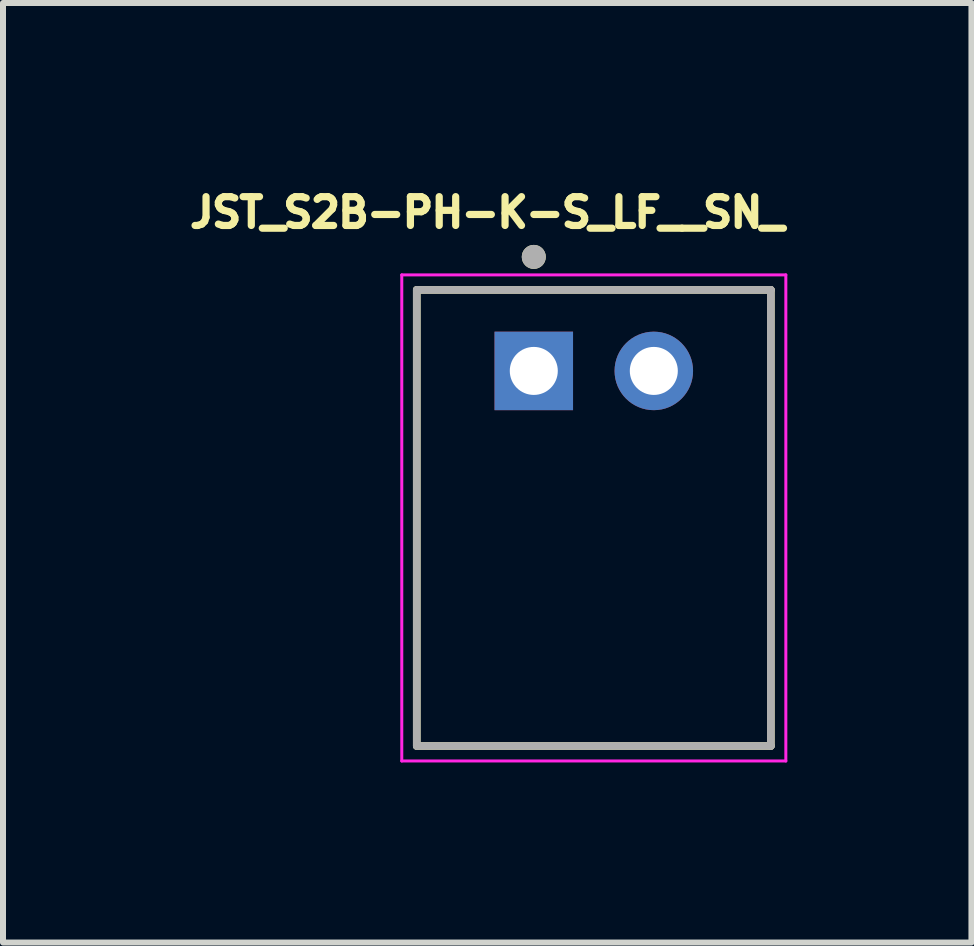
<source format=kicad_pcb>
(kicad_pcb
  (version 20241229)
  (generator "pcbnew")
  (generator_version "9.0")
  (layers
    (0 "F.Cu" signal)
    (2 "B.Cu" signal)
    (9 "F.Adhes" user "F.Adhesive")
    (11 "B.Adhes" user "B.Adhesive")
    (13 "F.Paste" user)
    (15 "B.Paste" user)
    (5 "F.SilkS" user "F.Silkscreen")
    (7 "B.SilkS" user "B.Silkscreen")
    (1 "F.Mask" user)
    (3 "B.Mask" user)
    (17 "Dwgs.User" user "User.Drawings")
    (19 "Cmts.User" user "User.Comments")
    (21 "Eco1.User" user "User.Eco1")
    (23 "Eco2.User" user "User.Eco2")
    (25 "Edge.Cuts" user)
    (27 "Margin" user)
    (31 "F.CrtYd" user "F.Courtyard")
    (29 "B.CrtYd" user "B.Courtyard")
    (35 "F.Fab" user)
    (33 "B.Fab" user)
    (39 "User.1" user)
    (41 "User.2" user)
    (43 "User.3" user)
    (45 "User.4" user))
  (footprint "JST_S2B-PH-K-S_LF__SN_"
    (layer "F.Cu")
    (at 6.845 3.131)
    (property "Reference" "JST_S2B-PH-K-S_LF__SN_" (at -1.776 -2.64 0) (layer "F.SilkS") (effects (font (size 0.48 0.48) (thickness 0.12))))
    (attr through_hole)
    (fp_line (start -2.95 -1.35) (end 2.95 -1.35) (stroke (width 0.127) (type solid)) (layer "F.SilkS"))
    (fp_line (start -2.95 6.25) (end -2.95 -1.35) (stroke (width 0.127) (type solid)) (layer "F.SilkS"))
    (fp_line (start 2.95 -1.35) (end 2.95 6.25) (stroke (width 0.127) (type solid)) (layer "F.SilkS"))
    (fp_line (start 2.95 6.25) (end -2.95 6.25) (stroke (width 0.127) (type solid)) (layer "F.SilkS"))
    (fp_circle (center -1 -1.9) (end -0.9 -1.9) (stroke (width 0.2) (type solid)) (fill no) (layer "F.SilkS"))
    (fp_line (start -3.2 -1.6) (end 3.2 -1.6) (stroke (width 0.05) (type solid)) (layer "F.CrtYd"))
    (fp_line (start -3.2 6.5) (end -3.2 -1.6) (stroke (width 0.05) (type solid)) (layer "F.CrtYd"))
    (fp_line (start 3.2 -1.6) (end 3.2 6.5) (stroke (width 0.05) (type solid)) (layer "F.CrtYd"))
    (fp_line (start 3.2 6.5) (end -3.2 6.5) (stroke (width 0.05) (type solid)) (layer "F.CrtYd"))
    (fp_line (start -2.95 -1.35) (end 2.95 -1.35) (stroke (width 0.127) (type solid)) (layer "F.Fab"))
    (fp_line (start -2.95 6.25) (end -2.95 -1.35) (stroke (width 0.127) (type solid)) (layer "F.Fab"))
    (fp_line (start 2.95 -1.35) (end 2.95 6.25) (stroke (width 0.127) (type solid)) (layer "F.Fab"))
    (fp_line (start 2.95 6.25) (end -2.95 6.25) (stroke (width 0.127) (type solid)) (layer "F.Fab"))
    (fp_circle (center -1 -1.9) (end -0.9 -1.9) (stroke (width 0.2) (type solid)) (fill no) (layer "F.Fab"))
    (pad "1" thru_hole rect (at -1 0) (size 1.308 1.308) (drill 0.8) (layers "*.Cu" "*.Mask"))
    (pad "2" thru_hole circle (at 1 0) (size 1.308 1.308) (drill 0.8) (layers "*.Cu" "*.Mask")))
  (gr_rect
    (start -3 -3)
    (end 13.138 12.656)
    (stroke (width 0.1) (type default))
    (fill no)
    (layer "Edge.Cuts")))
</source>
